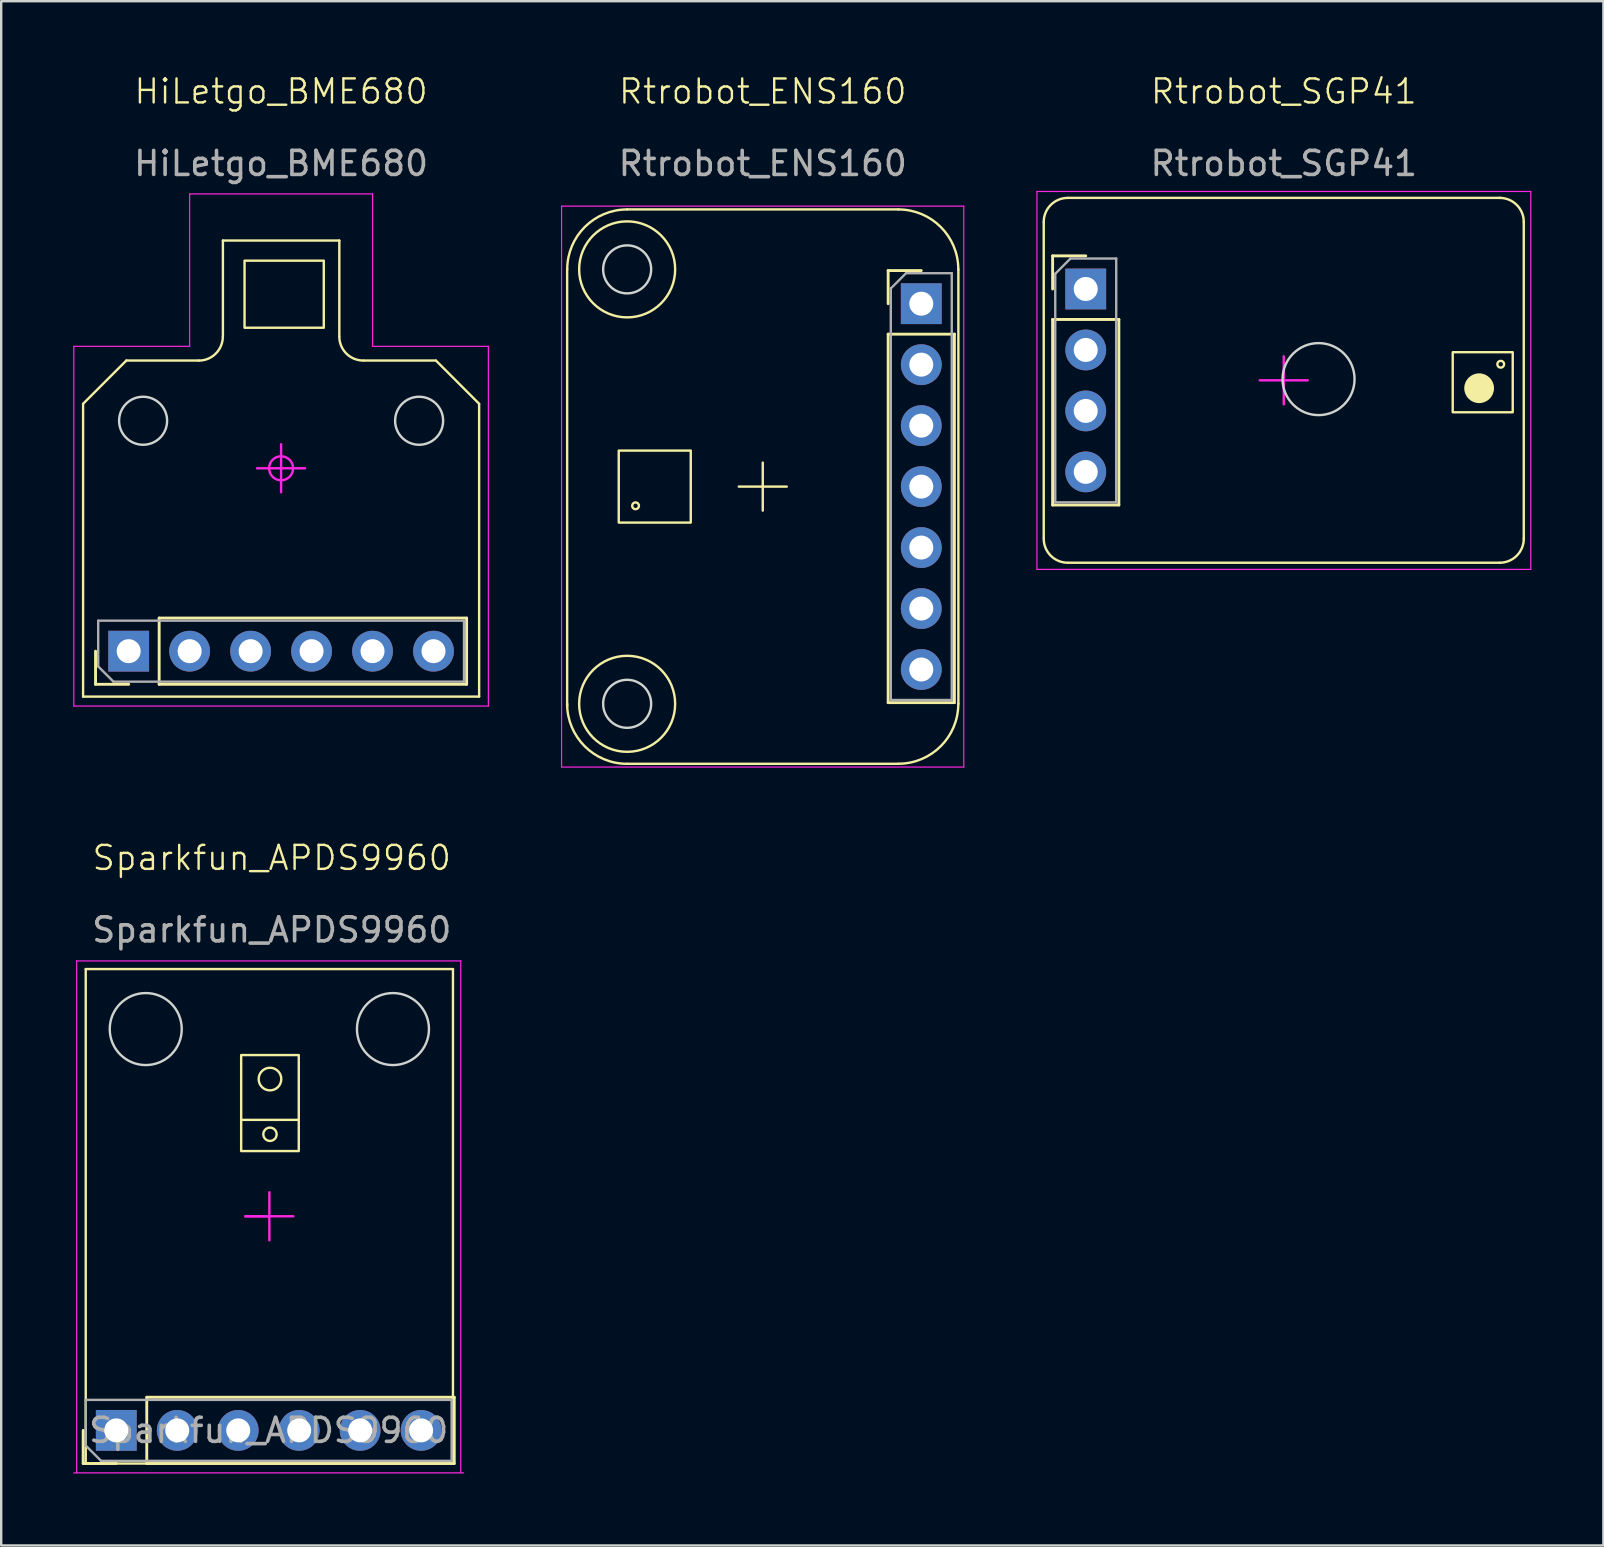
<source format=kicad_pcb>
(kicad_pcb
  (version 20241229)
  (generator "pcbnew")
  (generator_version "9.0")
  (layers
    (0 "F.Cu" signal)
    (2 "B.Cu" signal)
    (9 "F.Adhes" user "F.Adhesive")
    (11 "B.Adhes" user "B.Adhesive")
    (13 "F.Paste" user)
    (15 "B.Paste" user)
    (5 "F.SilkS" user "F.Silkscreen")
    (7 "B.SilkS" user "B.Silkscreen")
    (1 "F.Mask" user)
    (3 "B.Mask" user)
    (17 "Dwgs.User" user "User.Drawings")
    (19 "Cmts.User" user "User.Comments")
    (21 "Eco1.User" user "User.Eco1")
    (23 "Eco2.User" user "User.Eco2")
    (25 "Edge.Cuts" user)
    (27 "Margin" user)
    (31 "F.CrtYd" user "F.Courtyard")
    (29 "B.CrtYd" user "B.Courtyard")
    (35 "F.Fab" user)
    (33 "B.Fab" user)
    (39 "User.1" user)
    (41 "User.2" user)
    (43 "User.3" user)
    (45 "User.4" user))
  (footprint "Rtrobot_SGP41"
    (layer "F.Cu")
    (at 50.437 12.8)
    (property "Reference" "Rtrobot_SGP41" (at 0 -12.04 0) (unlocked yes) (layer "F.SilkS") (effects (font (size 1 1) (thickness 0.1))))
    (attr smd)
    (fp_line (start -10.002 6.565) (end -10.002 -6.585) (stroke (width 0.1) (type solid)) (layer "F.SilkS"))
    (fp_line (start -9.632 -5.19) (end -8.252 -5.19) (stroke (width 0.12) (type solid)) (layer "F.SilkS"))
    (fp_line (start -9.632 -3.81) (end -9.632 -5.19) (stroke (width 0.12) (type solid)) (layer "F.SilkS"))
    (fp_line (start -9.632 -2.54) (end -9.632 5.19) (stroke (width 0.12) (type solid)) (layer "F.SilkS"))
    (fp_line (start -9.632 -2.54) (end -6.872 -2.54) (stroke (width 0.12) (type solid)) (layer "F.SilkS"))
    (fp_line (start -9.632 5.19) (end -6.872 5.19) (stroke (width 0.12) (type solid)) (layer "F.SilkS"))
    (fp_line (start -8.992 -7.605) (end 9.018 -7.605) (stroke (width 0.1) (type solid)) (layer "F.SilkS"))
    (fp_line (start -8.972 7.595) (end 8.988 7.595) (stroke (width 0.1) (type solid)) (layer "F.SilkS"))
    (fp_line (start -6.872 -2.54) (end -6.872 5.19) (stroke (width 0.12) (type solid)) (layer "F.SilkS"))
    (fp_line (start 9.998 6.595) (end 9.998 -6.595) (stroke (width 0.1) (type solid)) (layer "F.SilkS"))
    (fp_rect (start 7.038 -1.175) (end 9.538 1.325) (stroke (width 0.1) (type solid)) (fill no) (layer "F.SilkS"))
    (fp_arc (start -10.002 -6.605) (mid -9.709107 -7.312107) (end -9.002 -7.605) (stroke (width 0.1) (type default)) (layer "F.SilkS"))
    (fp_arc (start -9.002 7.595) (mid -9.709107 7.302107) (end -10.002 6.595) (stroke (width 0.1) (type default)) (layer "F.SilkS"))
    (fp_arc (start 8.998 -7.605) (mid 9.705107 -7.312107) (end 9.998 -6.605) (stroke (width 0.1) (type default)) (layer "F.SilkS"))
    (fp_arc (start 9.998 6.595) (mid 9.705107 7.302107) (end 8.998 7.595) (stroke (width 0.1) (type default)) (layer "F.SilkS"))
    (fp_circle (center 8.138 0.325) (end 7.788 -0.125) (stroke (width 0.1) (type solid)) (fill yes) (layer "F.SilkS"))
    (fp_circle (center 9.038 -0.675) (end 9.138 -0.575) (stroke (width 0.1) (type default)) (fill no) (layer "F.SilkS"))
    (fp_circle (center 1.448 -0.055) (end 2.948 -0.055) (stroke (width 0.1) (type solid)) (fill no) (layer "Edge.Cuts"))
    (fp_line (start -10.284 -7.874) (end -10.284 7.874) (stroke (width 0.05) (type solid)) (layer "F.CrtYd"))
    (fp_line (start -10.284 7.874) (end 10.29 7.874) (stroke (width 0.05) (type solid)) (layer "F.CrtYd"))
    (fp_line (start -0.002 -0.005) (end -1.002 -0.005) (stroke (width 0.1) (type solid)) (layer "F.CrtYd"))
    (fp_line (start -0.002 -0.005) (end -0.002 -1.005) (stroke (width 0.1) (type solid)) (layer "F.CrtYd"))
    (fp_line (start -0.002 -0.005) (end -0.002 0.995) (stroke (width 0.1) (type solid)) (layer "F.CrtYd"))
    (fp_line (start -0.002 -0.005) (end 0.998 -0.005) (stroke (width 0.1) (type solid)) (layer "F.CrtYd"))
    (fp_line (start 10.29 -7.874) (end -10.284 -7.874) (stroke (width 0.05) (type solid)) (layer "F.CrtYd"))
    (fp_line (start 10.29 7.874) (end 10.29 -7.874) (stroke (width 0.05) (type solid)) (layer "F.CrtYd"))
    (fp_line (start -9.522 -4.445) (end -8.887 -5.08) (stroke (width 0.1) (type solid)) (layer "F.Fab"))
    (fp_line (start -9.522 5.08) (end -9.522 -4.445) (stroke (width 0.1) (type solid)) (layer "F.Fab"))
    (fp_line (start -8.887 -5.08) (end -6.982 -5.08) (stroke (width 0.1) (type solid)) (layer "F.Fab"))
    (fp_line (start -6.982 -5.08) (end -6.982 5.08) (stroke (width 0.1) (type solid)) (layer "F.Fab"))
    (fp_line (start -6.982 5.08) (end -9.522 5.08) (stroke (width 0.1) (type solid)) (layer "F.Fab"))
    (fp_text user "${REFERENCE}" (at 0 -9.04 0) (unlocked yes) (layer "F.Fab") (effects (font (size 1 1) (thickness 0.15))))
    (pad "1" thru_hole rect (at -8.252 -3.81) (size 1.7 1.7) (drill 1) (layers "*.Cu" "*.Mask"))
    (pad "2" thru_hole circle (at -8.252 -1.27) (size 1.7 1.7) (drill 1) (layers "*.Cu" "*.Mask"))
    (pad "3" thru_hole circle (at -8.252 1.27) (size 1.7 1.7) (drill 1) (layers "*.Cu" "*.Mask"))
    (pad "4" thru_hole circle (at -8.252 3.81) (size 1.7 1.7) (drill 1) (layers "*.Cu" "*.Mask")))
  (footprint "Rtrobot_ENS160"
    (layer "F.Cu")
    (at 28.729 17.223)
    (property "Reference" "Rtrobot_ENS160" (at 0 -16.462 0) (unlocked yes) (layer "F.SilkS") (effects (font (size 1 1) (thickness 0.1))))
    (attr smd)
    (fp_line (start -8.15 -9.05) (end -8.15 9.15) (stroke (width 0.1) (type solid)) (layer "F.SilkS"))
    (fp_line (start -5.65 -11.55) (end 5.65 -11.55) (stroke (width 0.1) (type solid)) (layer "F.SilkS"))
    (fp_line (start -5.65 11.55) (end 5.65 11.55) (stroke (width 0.1) (type solid)) (layer "F.SilkS"))
    (fp_line (start -1 0) (end 0 0) (stroke (width 0.1) (type solid)) (layer "F.SilkS"))
    (fp_line (start 0 -1) (end 0 0) (stroke (width 0.1) (type solid)) (layer "F.SilkS"))
    (fp_line (start 0 1) (end 0 0) (stroke (width 0.1) (type solid)) (layer "F.SilkS"))
    (fp_line (start 1 0) (end 0 0) (stroke (width 0.1) (type solid)) (layer "F.SilkS"))
    (fp_line (start 5.224 -9) (end 6.604 -9) (stroke (width 0.12) (type solid)) (layer "F.SilkS"))
    (fp_line (start 5.224 -7.62) (end 5.224 -9) (stroke (width 0.12) (type solid)) (layer "F.SilkS"))
    (fp_line (start 5.224 -6.35) (end 5.224 9) (stroke (width 0.12) (type solid)) (layer "F.SilkS"))
    (fp_line (start 5.224 -6.35) (end 7.984 -6.35) (stroke (width 0.12) (type solid)) (layer "F.SilkS"))
    (fp_line (start 5.224 9) (end 7.984 9) (stroke (width 0.12) (type solid)) (layer "F.SilkS"))
    (fp_line (start 7.984 -6.35) (end 7.984 9) (stroke (width 0.12) (type solid)) (layer "F.SilkS"))
    (fp_line (start 8.15 -9.05) (end 8.15 9.05) (stroke (width 0.1) (type solid)) (layer "F.SilkS"))
    (fp_rect (start -6 -1.5) (end -3 1.5) (stroke (width 0.1) (type default)) (fill no) (layer "F.SilkS"))
    (fp_arc (start -8.146976 -9.050001) (mid -7.415628 -10.815629) (end -5.65 -11.546976) (stroke (width 0.1) (type default)) (layer "F.SilkS"))
    (fp_arc (start -5.650001 11.550795) (mid -7.418329 10.818329) (end -8.150795 9.050001) (stroke (width 0.1) (type default)) (layer "F.SilkS"))
    (fp_arc (start 5.650001 -11.546976) (mid 7.415629 -10.815628) (end 8.146976 -9.05) (stroke (width 0.1) (type default)) (layer "F.SilkS"))
    (fp_arc (start 8.146976 9.050001) (mid 7.415628 10.815629) (end 5.65 11.546976) (stroke (width 0.1) (type default)) (layer "F.SilkS"))
    (fp_circle (center -5.65 -9.05) (end -7.65 -9.05) (stroke (width 0.1) (type default)) (fill no) (layer "F.SilkS"))
    (fp_circle (center -5.65 9.05) (end -7.65 9.05) (stroke (width 0.1) (type default)) (fill no) (layer "F.SilkS"))
    (fp_circle (center -5.3 0.8) (end -5.2 0.7) (stroke (width 0.1) (type default)) (fill no) (layer "F.SilkS"))
    (fp_circle (center -5.65 -9.05) (end -6.65 -9.05) (stroke (width 0.1) (type solid)) (fill no) (layer "Edge.Cuts"))
    (fp_circle (center -5.65 9.05) (end -6.65 9.05) (stroke (width 0.1) (type solid)) (fill no) (layer "Edge.Cuts"))
    (fp_line (start -8.382 -11.684) (end -8.382 11.684) (stroke (width 0.05) (type solid)) (layer "F.CrtYd"))
    (fp_line (start -8.382 11.684) (end 8.374 11.684) (stroke (width 0.05) (type solid)) (layer "F.CrtYd"))
    (fp_line (start 8.374 -11.684) (end -8.382 -11.684) (stroke (width 0.05) (type solid)) (layer "F.CrtYd"))
    (fp_line (start 8.374 11.684) (end 8.374 -11.684) (stroke (width 0.05) (type solid)) (layer "F.CrtYd"))
    (fp_line (start 5.334 -8.255) (end 5.969 -8.89) (stroke (width 0.1) (type solid)) (layer "F.Fab"))
    (fp_line (start 5.334 8.89) (end 5.334 -8.255) (stroke (width 0.1) (type solid)) (layer "F.Fab"))
    (fp_line (start 5.969 -8.89) (end 7.874 -8.89) (stroke (width 0.1) (type solid)) (layer "F.Fab"))
    (fp_line (start 7.874 -8.89) (end 7.874 8.89) (stroke (width 0.1) (type solid)) (layer "F.Fab"))
    (fp_line (start 7.874 8.89) (end 5.334 8.89) (stroke (width 0.1) (type solid)) (layer "F.Fab"))
    (fp_text user "${REFERENCE}" (at 0 -13.462 0) (unlocked yes) (layer "F.Fab") (effects (font (size 1 1) (thickness 0.15))))
    (pad "1" thru_hole rect (at 6.604 -7.62) (size 1.7 1.7) (drill 1) (layers "*.Cu" "*.Mask"))
    (pad "2" thru_hole circle (at 6.604 -5.08) (size 1.7 1.7) (drill 1) (layers "*.Cu" "*.Mask"))
    (pad "3" thru_hole circle (at 6.604 -2.54) (size 1.7 1.7) (drill 1) (layers "*.Cu" "*.Mask"))
    (pad "4" thru_hole circle (at 6.604 0) (size 1.7 1.7) (drill 1) (layers "*.Cu" "*.Mask"))
    (pad "5" thru_hole circle (at 6.604 2.54) (size 1.7 1.7) (drill 1) (layers "*.Cu" "*.Mask"))
    (pad "6" thru_hole circle (at 6.604 5.08) (size 1.7 1.7) (drill 1) (layers "*.Cu" "*.Mask"))
    (pad "7" thru_hole circle (at 6.604 7.62) (size 1.7 1.7) (drill 1) (layers "*.Cu" "*.Mask")))
  (footprint "HiLetgo_BME680"
    (layer "F.Cu")
    (at 8.661 16.46)
    (property "Reference" "HiLetgo_BME680" (at 0 -15.7 0) (unlocked yes) (layer "F.SilkS") (effects (font (size 1 1) (thickness 0.1))))
    (attr smd)
    (fp_line (start -8.249 -2.68) (end -8.249 9.512) (stroke (width 0.1) (type solid)) (layer "F.SilkS"))
    (fp_line (start -8.249 9.512) (end 8.251 9.512) (stroke (width 0.1) (type solid)) (layer "F.SilkS"))
    (fp_line (start -7.73 9) (end -7.73 7.62) (stroke (width 0.12) (type solid)) (layer "F.SilkS"))
    (fp_line (start -6.45 -4.488) (end -3.43 -4.488) (stroke (width 0.1) (type default)) (layer "F.SilkS"))
    (fp_line (start -6.449 -4.488) (end -8.249 -2.688) (stroke (width 0.1) (type default)) (layer "F.SilkS"))
    (fp_line (start -6.35 9) (end -7.73 9) (stroke (width 0.12) (type solid)) (layer "F.SilkS"))
    (fp_line (start -5.08 6.24) (end 7.73 6.24) (stroke (width 0.12) (type solid)) (layer "F.SilkS"))
    (fp_line (start -5.08 9) (end -5.08 6.24) (stroke (width 0.12) (type solid)) (layer "F.SilkS"))
    (fp_line (start -5.08 9) (end 7.73 9) (stroke (width 0.12) (type solid)) (layer "F.SilkS"))
    (fp_line (start -2.424 -9.488) (end -2.424 -5.5) (stroke (width 0.1) (type solid)) (layer "F.SilkS"))
    (fp_line (start 2.426 -9.488) (end -2.424 -9.488) (stroke (width 0.1) (type solid)) (layer "F.SilkS"))
    (fp_line (start 2.426 -9.488) (end 2.426 -5.51) (stroke (width 0.1) (type solid)) (layer "F.SilkS"))
    (fp_line (start 6.44 -4.488) (end 3.44 -4.488) (stroke (width 0.1) (type default)) (layer "F.SilkS"))
    (fp_line (start 6.451 -4.488) (end 8.251 -2.688) (stroke (width 0.1) (type default)) (layer "F.SilkS"))
    (fp_line (start 7.73 9) (end 7.73 6.24) (stroke (width 0.12) (type solid)) (layer "F.SilkS"))
    (fp_line (start 8.251 -2.68) (end 8.251 9.512) (stroke (width 0.1) (type solid)) (layer "F.SilkS"))
    (fp_rect (start -1.523 -8.649) (end 1.779 -5.855) (stroke (width 0.1) (type default)) (fill no) (layer "F.SilkS"))
    (fp_arc (start -2.427107 -5.487107) (mid -2.72 -4.78) (end -3.427107 -4.487107) (stroke (width 0.1) (type default)) (layer "F.SilkS"))
    (fp_arc (start 3.426 -4.488) (mid 2.718893 -4.780893) (end 2.426 -5.488) (stroke (width 0.1) (type default)) (layer "F.SilkS"))
    (fp_circle (center -5.749 -1.98) (end -4.749 -1.98) (stroke (width 0.1) (type solid)) (fill no) (layer "Edge.Cuts"))
    (fp_circle (center 5.751 -1.98) (end 6.751 -1.98) (stroke (width 0.1) (type solid)) (fill no) (layer "Edge.Cuts"))
    (fp_line (start -8.636 -5.08) (end -8.636 9.906) (stroke (width 0.05) (type solid)) (layer "F.CrtYd"))
    (fp_line (start -8.636 -5.08) (end -3.81 -5.08) (stroke (width 0.05) (type solid)) (layer "F.CrtYd"))
    (fp_line (start -8.636 9.906) (end 8.636 9.906) (stroke (width 0.05) (type solid)) (layer "F.CrtYd"))
    (fp_line (start -3.81 -11.43) (end -3.81 -5.08) (stroke (width 0.05) (type solid)) (layer "F.CrtYd"))
    (fp_line (start 0 0) (end -1 0) (stroke (width 0.1) (type solid)) (layer "F.CrtYd"))
    (fp_line (start 0 0) (end 0 -1) (stroke (width 0.1) (type solid)) (layer "F.CrtYd"))
    (fp_line (start 0 0) (end 0 1) (stroke (width 0.1) (type solid)) (layer "F.CrtYd"))
    (fp_line (start 0 0) (end 1 0) (stroke (width 0.1) (type solid)) (layer "F.CrtYd"))
    (fp_line (start 3.81 -5.08) (end 3.81 -11.43) (stroke (width 0.05) (type solid)) (layer "F.CrtYd"))
    (fp_line (start 3.81 -5.08) (end 8.636 -5.08) (stroke (width 0.05) (type solid)) (layer "F.CrtYd"))
    (fp_line (start 3.811 -11.43) (end -3.809 -11.43) (stroke (width 0.05) (type solid)) (layer "F.CrtYd"))
    (fp_line (start 8.636 9.906) (end 8.636 -5.08) (stroke (width 0.05) (type solid)) (layer "F.CrtYd"))
    (fp_circle (center 0 0) (end -0.5 0) (stroke (width 0.1) (type solid)) (fill no) (layer "F.CrtYd"))
    (fp_line (start -7.62 6.35) (end 7.62 6.35) (stroke (width 0.1) (type solid)) (layer "F.Fab"))
    (fp_line (start -7.62 8.255) (end -7.62 6.35) (stroke (width 0.1) (type solid)) (layer "F.Fab"))
    (fp_line (start -6.985 8.89) (end -7.62 8.255) (stroke (width 0.1) (type solid)) (layer "F.Fab"))
    (fp_line (start 7.62 6.35) (end 7.62 8.89) (stroke (width 0.1) (type solid)) (layer "F.Fab"))
    (fp_line (start 7.62 8.89) (end -6.985 8.89) (stroke (width 0.1) (type solid)) (layer "F.Fab"))
    (fp_text user "${REFERENCE}" (at 0 -12.7 0) (unlocked yes) (layer "F.Fab") (effects (font (size 1 1) (thickness 0.15))))
    (pad "1" thru_hole rect (at -6.35 7.62 90) (size 1.7 1.7) (drill 1) (layers "*.Cu" "*.Mask"))
    (pad "2" thru_hole circle (at -3.81 7.62 90) (size 1.7 1.7) (drill 1) (layers "*.Cu" "*.Mask"))
    (pad "3" thru_hole circle (at -1.27 7.62 90) (size 1.7 1.7) (drill 1) (layers "*.Cu" "*.Mask"))
    (pad "4" thru_hole circle (at 1.27 7.62 90) (size 1.7 1.7) (drill 1) (layers "*.Cu" "*.Mask"))
    (pad "5" thru_hole circle (at 3.81 7.62 90) (size 1.7 1.7) (drill 1) (layers "*.Cu" "*.Mask"))
    (pad "6" thru_hole circle (at 6.35 7.62 90) (size 1.7 1.7) (drill 1) (layers "*.Cu" "*.Mask")))
  (footprint "Sparkfun_APDS9960"
    (layer "F.Cu")
    (at 8.272 56.544)
    (property "Reference" "Sparkfun_APDS9960" (at 0 -23.852 0) (unlocked yes) (layer "F.SilkS") (effects (font (size 1 1) (thickness 0.1))))
    (attr smd)
    (fp_line (start -7.857 1.38) (end -7.857 0) (stroke (width 0.12) (type solid)) (layer "F.SilkS"))
    (fp_line (start -7.75 -19.22) (end 7.55 -19.22) (stroke (width 0.1) (type solid)) (layer "F.SilkS"))
    (fp_line (start -7.75 1.38) (end -7.75 -19.22) (stroke (width 0.1) (type solid)) (layer "F.SilkS"))
    (fp_line (start -7.75 1.38) (end 7.55 1.38) (stroke (width 0.1) (type solid)) (layer "F.SilkS"))
    (fp_line (start -6.477 1.38) (end -7.857 1.38) (stroke (width 0.12) (type solid)) (layer "F.SilkS"))
    (fp_line (start -5.207 -1.38) (end 7.603 -1.38) (stroke (width 0.12) (type solid)) (layer "F.SilkS"))
    (fp_line (start -5.207 1.38) (end -5.207 -1.38) (stroke (width 0.12) (type solid)) (layer "F.SilkS"))
    (fp_line (start -5.207 1.38) (end 7.603 1.38) (stroke (width 0.12) (type solid)) (layer "F.SilkS"))
    (fp_line (start 1.126 -12.937) (end -1.274 -12.937) (stroke (width 0.1) (type default)) (layer "F.SilkS"))
    (fp_line (start 7.55 1.38) (end 7.55 -19.22) (stroke (width 0.1) (type solid)) (layer "F.SilkS"))
    (fp_line (start 7.603 1.38) (end 7.603 -1.38) (stroke (width 0.12) (type solid)) (layer "F.SilkS"))
    (fp_rect (start -1.274 -15.637) (end 1.126 -11.637) (stroke (width 0.1) (type solid)) (fill no) (layer "F.SilkS"))
    (fp_circle (center -0.074 -14.637) (end 0.259 -14.304) (stroke (width 0.1) (type default)) (fill no) (layer "F.SilkS"))
    (fp_circle (center -0.074 -12.337) (end 0.122 -12.141) (stroke (width 0.1) (type default)) (fill no) (layer "F.SilkS"))
    (fp_circle (center -5.25 -16.72) (end -3.75 -16.72) (stroke (width 0.1) (type solid)) (fill no) (layer "Edge.Cuts"))
    (fp_circle (center 5.05 -16.72) (end 6.55 -16.72) (stroke (width 0.1) (type solid)) (fill no) (layer "Edge.Cuts"))
    (fp_line (start -8.247 1.77) (end 7.993 1.77) (stroke (width 0.05) (type solid)) (layer "F.CrtYd"))
    (fp_line (start -8.128 -19.558) (end -8.128 1.77) (stroke (width 0.05) (type solid)) (layer "F.CrtYd"))
    (fp_line (start -1.1 -8.92) (end -0.1 -8.92) (stroke (width 0.1) (type solid)) (layer "F.CrtYd"))
    (fp_line (start -0.1 -8.92) (end -1.1 -8.92) (stroke (width 0.1) (type solid)) (layer "F.CrtYd"))
    (fp_line (start -0.1 -8.92) (end -0.1 -9.92) (stroke (width 0.1) (type solid)) (layer "F.CrtYd"))
    (fp_line (start -0.1 -8.92) (end -0.1 -7.92) (stroke (width 0.1) (type solid)) (layer "F.CrtYd"))
    (fp_line (start -0.1 -8.92) (end 0.9 -8.92) (stroke (width 0.1) (type solid)) (layer "F.CrtYd"))
    (fp_line (start 7.874 -19.558) (end -8.128 -19.558) (stroke (width 0.05) (type solid)) (layer "F.CrtYd"))
    (fp_line (start 7.874 1.77) (end 7.874 -19.558) (stroke (width 0.05) (type solid)) (layer "F.CrtYd"))
    (fp_line (start -7.747 -1.27) (end 7.493 -1.27) (stroke (width 0.1) (type solid)) (layer "F.Fab"))
    (fp_line (start -7.747 0.635) (end -7.747 -1.27) (stroke (width 0.1) (type solid)) (layer "F.Fab"))
    (fp_line (start -7.112 1.27) (end -7.747 0.635) (stroke (width 0.1) (type solid)) (layer "F.Fab"))
    (fp_line (start 7.493 -1.27) (end 7.493 1.27) (stroke (width 0.1) (type solid)) (layer "F.Fab"))
    (fp_line (start 7.493 1.27) (end -7.112 1.27) (stroke (width 0.1) (type solid)) (layer "F.Fab"))
    (fp_text user "${REFERENCE}" (at -0.127 0 180) (layer "F.Fab") (effects (font (size 1 1) (thickness 0.15))))
    (fp_text user "${REFERENCE}" (at 0 -20.852 0) (unlocked yes) (layer "F.Fab") (effects (font (size 1 1) (thickness 0.15))))
    (pad "1" thru_hole rect (at -6.477 0 90) (size 1.7 1.7) (drill 1) (layers "*.Cu" "*.Mask"))
    (pad "2" thru_hole circle (at -3.937 0 90) (size 1.7 1.7) (drill 1) (layers "*.Cu" "*.Mask"))
    (pad "3" thru_hole circle (at -1.397 0 90) (size 1.7 1.7) (drill 1) (layers "*.Cu" "*.Mask"))
    (pad "4" thru_hole circle (at 1.143 0 90) (size 1.7 1.7) (drill 1) (layers "*.Cu" "*.Mask"))
    (pad "5" thru_hole circle (at 3.683 0 90) (size 1.7 1.7) (drill 1) (layers "*.Cu" "*.Mask"))
    (pad "6" thru_hole circle (at 6.223 0 90) (size 1.7 1.7) (drill 1) (layers "*.Cu" "*.Mask")))
  (gr_rect
    (start -3 -3)
    (end 63.752 61.339)
    (stroke (width 0.1) (type default))
    (fill no)
    (layer "Edge.Cuts")))
</source>
